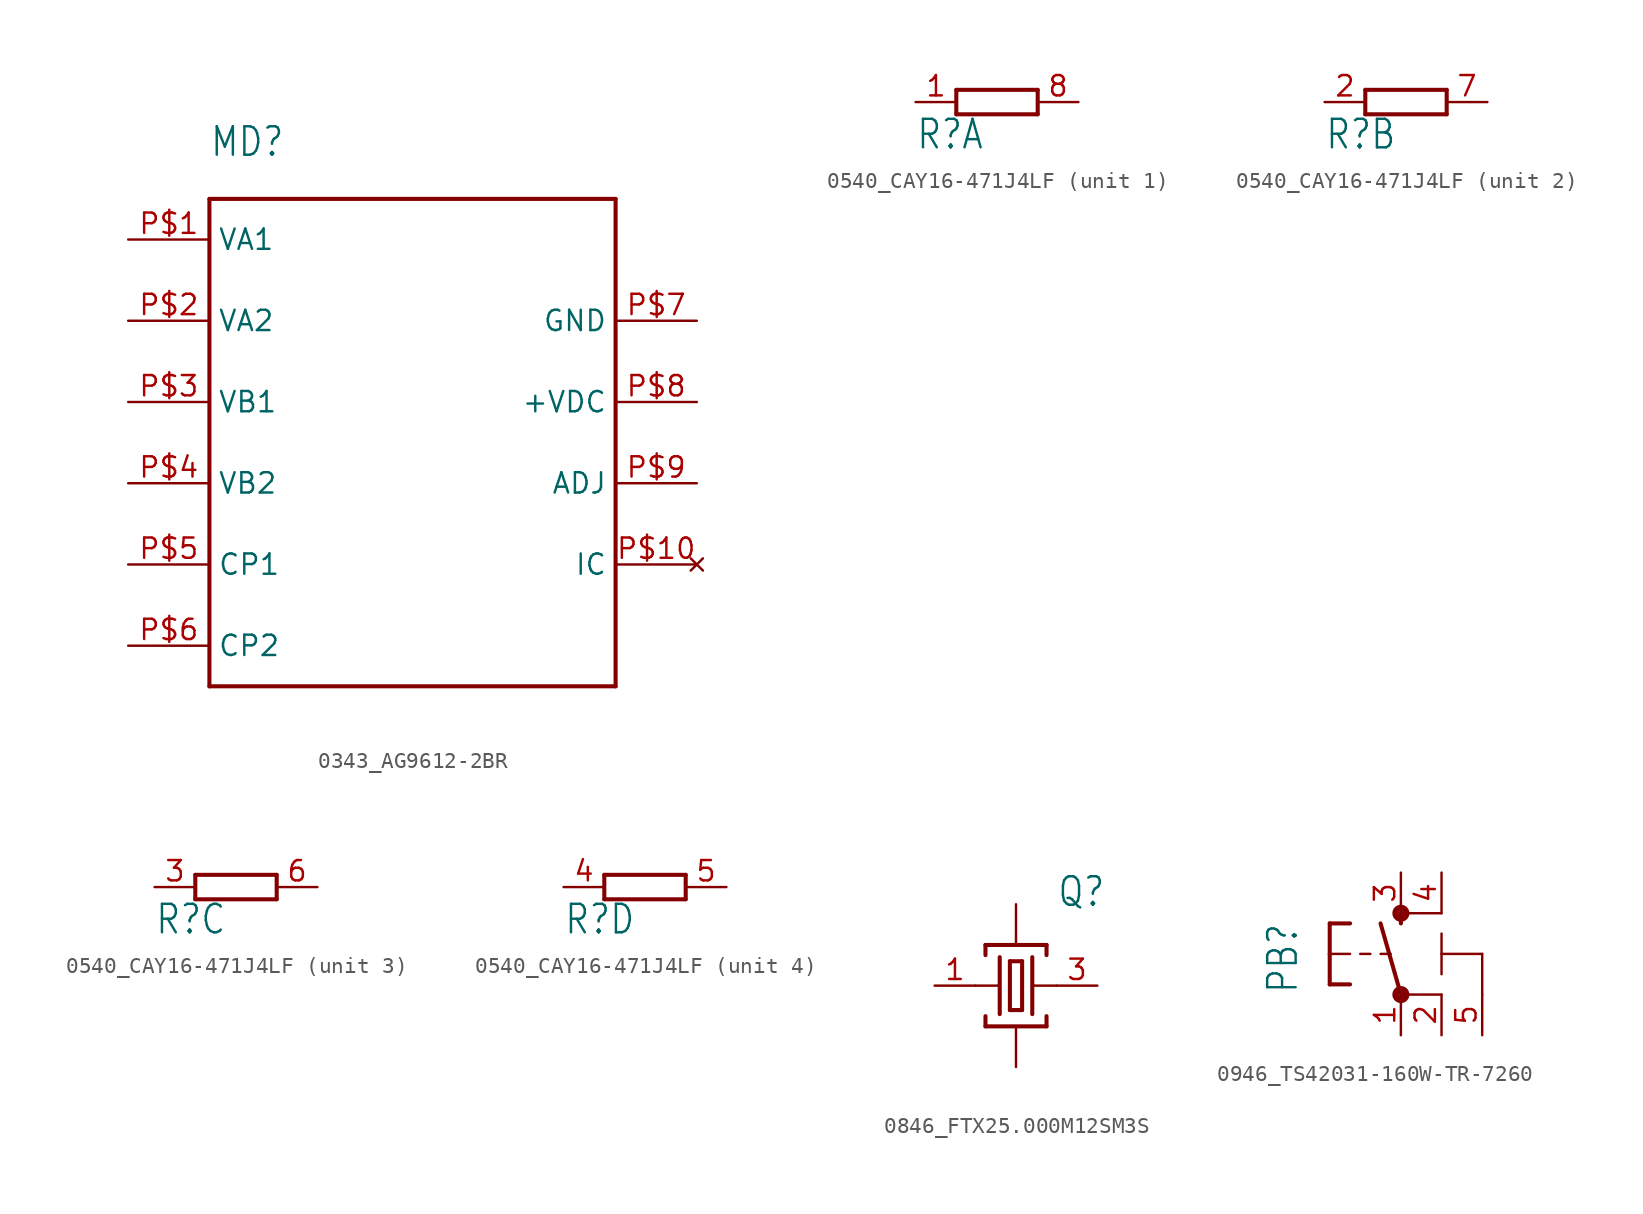
<source format=kicad_sym>
(kicad_symbol_lib
  (version 20220914)
  (generator kicad_symbol_editor)
  (symbol "0343_AG9612-2BR"
    (property "Reference" "MD"
      (at -12.7 17.78 0)
      (effects (font (size 1.778 1.511)) (justify left bottom)))
    (property "Value" ""
      (at -12.7 15.24 0)
      (effects (font (size 1.778 1.511)) (justify left bottom)))
    (property "ki_locked" ""
      (at 0 0 0)
      (effects (font (size 1.27 1.27))))
    (symbol "0343_AG9612-2BR_1_0"
      (polyline (pts (xy -12.7 -15.24) (xy 12.7 -15.24)) (stroke (width 0.254) (type solid)) (fill (type none)))
      (polyline (pts (xy -12.7 15.24) (xy -12.7 -15.24)) (stroke (width 0.254) (type solid)) (fill (type none)))
      (polyline (pts (xy 12.7 -15.24) (xy 12.7 15.24)) (stroke (width 0.254) (type solid)) (fill (type none)))
      (polyline (pts (xy 12.7 15.24) (xy -12.7 15.24)) (stroke (width 0.254) (type solid)) (fill (type none)))
      (pin input line (at -17.78 12.7 0) (length 5.08) (name "VA1" (effects (font (size 1.27 1.27)))) (number "P$1" (effects (font (size 1.27 1.27)))))
      (pin no_connect line (at 17.78 -7.62 180) (length 5.08) (name "IC" (effects (font (size 1.27 1.27)))) (number "P$10" (effects (font (size 1.27 1.27)))))
      (pin input line (at -17.78 7.62 0) (length 5.08) (name "VA2" (effects (font (size 1.27 1.27)))) (number "P$2" (effects (font (size 1.27 1.27)))))
      (pin input line (at -17.78 2.54 0) (length 5.08) (name "VB1" (effects (font (size 1.27 1.27)))) (number "P$3" (effects (font (size 1.27 1.27)))))
      (pin input line (at -17.78 -2.54 0) (length 5.08) (name "VB2" (effects (font (size 1.27 1.27)))) (number "P$4" (effects (font (size 1.27 1.27)))))
      (pin input line (at -17.78 -7.62 0) (length 5.08) (name "CP1" (effects (font (size 1.27 1.27)))) (number "P$5" (effects (font (size 1.27 1.27)))))
      (pin input line (at -17.78 -12.7 0) (length 5.08) (name "CP2" (effects (font (size 1.27 1.27)))) (number "P$6" (effects (font (size 1.27 1.27)))))
      (pin power_in line (at 17.78 7.62 180) (length 5.08) (name "GND" (effects (font (size 1.27 1.27)))) (number "P$7" (effects (font (size 1.27 1.27)))))
      (pin power_in line (at 17.78 2.54 180) (length 5.08) (name "+VDC" (effects (font (size 1.27 1.27)))) (number "P$8" (effects (font (size 1.27 1.27)))))
      (pin passive line (at 17.78 -2.54 180) (length 5.08) (name "ADJ" (effects (font (size 1.27 1.27)))) (number "P$9" (effects (font (size 1.27 1.27)))))))
  (symbol "0540_CAY16-471J4LF"
    (property "Reference" "R"
      (at -5.08 -3.048 0)
      (effects (font (size 1.778 1.511)) (justify left bottom)))
    (property "Value" ""
      (at 2.54 -3.048 0)
      (effects (font (size 1.778 1.511)) (justify left bottom)))
    (property "ki_locked" ""
      (at 0 0 0)
      (effects (font (size 1.27 1.27))))
    (symbol "0540_CAY16-471J4LF_1_0"
      (polyline (pts (xy -2.54 -0.762) (xy 2.54 -0.762)) (stroke (width 0.254) (type solid)) (fill (type none)))
      (polyline (pts (xy -2.54 0.762) (xy -2.54 -0.762)) (stroke (width 0.254) (type solid)) (fill (type none)))
      (polyline (pts (xy 2.54 -0.762) (xy 2.54 0.762)) (stroke (width 0.254) (type solid)) (fill (type none)))
      (polyline (pts (xy 2.54 0.762) (xy -2.54 0.762)) (stroke (width 0.254) (type solid)) (fill (type none)))
      (pin passive line (at -5.08 0 0) (length 2.54) (name "1" (effects (font (size 0 0)))) (number "1" (effects (font (size 1.27 1.27)))))
      (pin passive line (at 5.08 0 180) (length 2.54) (name "2" (effects (font (size 0 0)))) (number "8" (effects (font (size 1.27 1.27))))))
    (symbol "0540_CAY16-471J4LF_2_0"
      (polyline (pts (xy -2.54 -0.762) (xy 2.54 -0.762)) (stroke (width 0.254) (type solid)) (fill (type none)))
      (polyline (pts (xy -2.54 0.762) (xy -2.54 -0.762)) (stroke (width 0.254) (type solid)) (fill (type none)))
      (polyline (pts (xy 2.54 -0.762) (xy 2.54 0.762)) (stroke (width 0.254) (type solid)) (fill (type none)))
      (polyline (pts (xy 2.54 0.762) (xy -2.54 0.762)) (stroke (width 0.254) (type solid)) (fill (type none)))
      (pin passive line (at -5.08 0 0) (length 2.54) (name "1" (effects (font (size 0 0)))) (number "2" (effects (font (size 1.27 1.27)))))
      (pin passive line (at 5.08 0 180) (length 2.54) (name "2" (effects (font (size 0 0)))) (number "7" (effects (font (size 1.27 1.27))))))
    (symbol "0540_CAY16-471J4LF_3_0"
      (polyline (pts (xy -2.54 -0.762) (xy 2.54 -0.762)) (stroke (width 0.254) (type solid)) (fill (type none)))
      (polyline (pts (xy -2.54 0.762) (xy -2.54 -0.762)) (stroke (width 0.254) (type solid)) (fill (type none)))
      (polyline (pts (xy 2.54 -0.762) (xy 2.54 0.762)) (stroke (width 0.254) (type solid)) (fill (type none)))
      (polyline (pts (xy 2.54 0.762) (xy -2.54 0.762)) (stroke (width 0.254) (type solid)) (fill (type none)))
      (pin passive line (at -5.08 0 0) (length 2.54) (name "1" (effects (font (size 0 0)))) (number "3" (effects (font (size 1.27 1.27)))))
      (pin passive line (at 5.08 0 180) (length 2.54) (name "2" (effects (font (size 0 0)))) (number "6" (effects (font (size 1.27 1.27))))))
    (symbol "0540_CAY16-471J4LF_4_0"
      (polyline (pts (xy -2.54 -0.762) (xy 2.54 -0.762)) (stroke (width 0.254) (type solid)) (fill (type none)))
      (polyline (pts (xy -2.54 0.762) (xy -2.54 -0.762)) (stroke (width 0.254) (type solid)) (fill (type none)))
      (polyline (pts (xy 2.54 -0.762) (xy 2.54 0.762)) (stroke (width 0.254) (type solid)) (fill (type none)))
      (polyline (pts (xy 2.54 0.762) (xy -2.54 0.762)) (stroke (width 0.254) (type solid)) (fill (type none)))
      (pin passive line (at -5.08 0 0) (length 2.54) (name "1" (effects (font (size 0 0)))) (number "4" (effects (font (size 1.27 1.27)))))
      (pin passive line (at 5.08 0 180) (length 2.54) (name "2" (effects (font (size 0 0)))) (number "5" (effects (font (size 1.27 1.27)))))))
  (symbol "0846_FTX25.000M12SM3S"
    (property "Reference" "Q"
      (at 2.54 4.826 0)
      (effects (font (size 1.778 1.511)) (justify left bottom)))
    (property "Value" ""
      (at 2.54 -6.35 0)
      (effects (font (size 1.778 1.511)) (justify left bottom)))
    (property "ki_locked" ""
      (at 0 0 0)
      (effects (font (size 1.27 1.27))))
    (symbol "0846_FTX25.000M12SM3S_1_0"
      (polyline (pts (xy -2.54 0) (xy -1.016 0)) (stroke (width 0.152) (type solid)) (fill (type none)))
      (polyline (pts (xy -1.905 -2.54) (xy 1.905 -2.54)) (stroke (width 0.254) (type solid)) (fill (type none)))
      (polyline (pts (xy -1.905 -1.905) (xy -1.905 -2.54)) (stroke (width 0.254) (type solid)) (fill (type none)))
      (polyline (pts (xy -1.905 1.905) (xy -1.905 2.54)) (stroke (width 0.254) (type solid)) (fill (type none)))
      (polyline (pts (xy -1.905 2.54) (xy 1.905 2.54)) (stroke (width 0.254) (type solid)) (fill (type none)))
      (polyline (pts (xy -1.016 1.778) (xy -1.016 -1.778)) (stroke (width 0.254) (type solid)) (fill (type none)))
      (polyline (pts (xy -0.381 -1.524) (xy 0.381 -1.524)) (stroke (width 0.254) (type solid)) (fill (type none)))
      (polyline (pts (xy -0.381 1.524) (xy -0.381 -1.524)) (stroke (width 0.254) (type solid)) (fill (type none)))
      (polyline (pts (xy 0.381 -1.524) (xy 0.381 1.524)) (stroke (width 0.254) (type solid)) (fill (type none)))
      (polyline (pts (xy 0.381 1.524) (xy -0.381 1.524)) (stroke (width 0.254) (type solid)) (fill (type none)))
      (polyline (pts (xy 1.016 0) (xy 2.54 0)) (stroke (width 0.152) (type solid)) (fill (type none)))
      (polyline (pts (xy 1.016 1.778) (xy 1.016 -1.778)) (stroke (width 0.254) (type solid)) (fill (type none)))
      (polyline (pts (xy 1.905 -2.54) (xy 1.905 -1.905)) (stroke (width 0.254) (type solid)) (fill (type none)))
      (polyline (pts (xy 1.905 2.54) (xy 1.905 1.905)) (stroke (width 0.254) (type solid)) (fill (type none)))
      (pin passive line (at -5.08 0 0) (length 2.54) (name "1" (effects (font (size 0 0)))) (number "1" (effects (font (size 1.27 1.27)))))
      (pin passive line (at 0 -5.08 90) (length 2.54) (name "2" (effects (font (size 0 0)))) (number "2" (effects (font (size 0 0)))))
      (pin passive line (at 5.08 0 180) (length 2.54) (name "3" (effects (font (size 0 0)))) (number "3" (effects (font (size 1.27 1.27)))))
      (pin passive line (at 0 5.08 270) (length 2.54) (name "4" (effects (font (size 0 0)))) (number "4" (effects (font (size 0 0)))))))
  (symbol "0946_TS42031-160W-TR-7260"
    (property "Reference" "PB"
      (at -6.35 -2.54 90)
      (effects (font (size 1.778 1.511)) (justify left bottom)))
    (property "Value" ""
      (at -3.81 3.175 90)
      (effects (font (size 1.778 1.511)) (justify left bottom)))
    (property "ki_locked" ""
      (at 0 0 0)
      (effects (font (size 1.27 1.27))))
    (symbol "0946_TS42031-160W-TR-7260_1_0"
      (circle (center 0 -2.54) (radius 0.127) (stroke (width 0.406) (type solid)) (fill (type none)))
      (polyline (pts (xy -4.445 -1.905) (xy -3.175 -1.905)) (stroke (width 0.254) (type solid)) (fill (type none)))
      (polyline (pts (xy -4.445 0) (xy -4.445 -1.905)) (stroke (width 0.254) (type solid)) (fill (type none)))
      (polyline (pts (xy -4.445 0) (xy -3.175 0)) (stroke (width 0.152) (type solid)) (fill (type none)))
      (polyline (pts (xy -4.445 1.905) (xy -4.445 0)) (stroke (width 0.254) (type solid)) (fill (type none)))
      (polyline (pts (xy -4.445 1.905) (xy -3.175 1.905)) (stroke (width 0.254) (type solid)) (fill (type none)))
      (polyline (pts (xy -2.54 0) (xy -1.905 0)) (stroke (width 0.152) (type solid)) (fill (type none)))
      (polyline (pts (xy -1.27 0) (xy -0.635 0)) (stroke (width 0.152) (type solid)) (fill (type none)))
      (polyline (pts (xy 0 -2.54) (xy -1.27 1.905)) (stroke (width 0.254) (type solid)) (fill (type none)))
      (polyline (pts (xy 0 1.905) (xy 0 2.54)) (stroke (width 0.254) (type solid)) (fill (type none)))
      (polyline (pts (xy 2.54 -2.54) (xy 0 -2.54)) (stroke (width 0.152) (type solid)) (fill (type none)))
      (polyline (pts (xy 2.54 0) (xy 2.54 -1.27)) (stroke (width 0.152) (type solid)) (fill (type none)))
      (polyline (pts (xy 2.54 0) (xy 2.54 1.27)) (stroke (width 0.152) (type solid)) (fill (type none)))
      (polyline (pts (xy 2.54 2.54) (xy 0 2.54)) (stroke (width 0.152) (type solid)) (fill (type none)))
      (polyline (pts (xy 5.08 -2.54) (xy 5.08 0)) (stroke (width 0.152) (type solid)) (fill (type none)))
      (polyline (pts (xy 5.08 0) (xy 2.54 0)) (stroke (width 0.152) (type solid)) (fill (type none)))
      (circle (center 0 2.54) (radius 0.127) (stroke (width 0.406) (type solid)) (fill (type none)))
      (pin passive line (at 0 -5.08 90) (length 2.54) (name "1" (effects (font (size 0 0)))) (number "1" (effects (font (size 1.27 1.27)))))
      (pin passive line (at 2.54 -5.08 90) (length 2.54) (name "2" (effects (font (size 0 0)))) (number "2" (effects (font (size 1.27 1.27)))))
      (pin passive line (at 0 5.08 270) (length 2.54) (name "3" (effects (font (size 0 0)))) (number "3" (effects (font (size 1.27 1.27)))))
      (pin passive line (at 2.54 5.08 270) (length 2.54) (name "4" (effects (font (size 0 0)))) (number "4" (effects (font (size 1.27 1.27)))))
      (pin power_in line (at 5.08 -5.08 90) (length 2.54) (name "5-GND" (effects (font (size 0 0)))) (number "5" (effects (font (size 1.27 1.27))))))))
</source>
